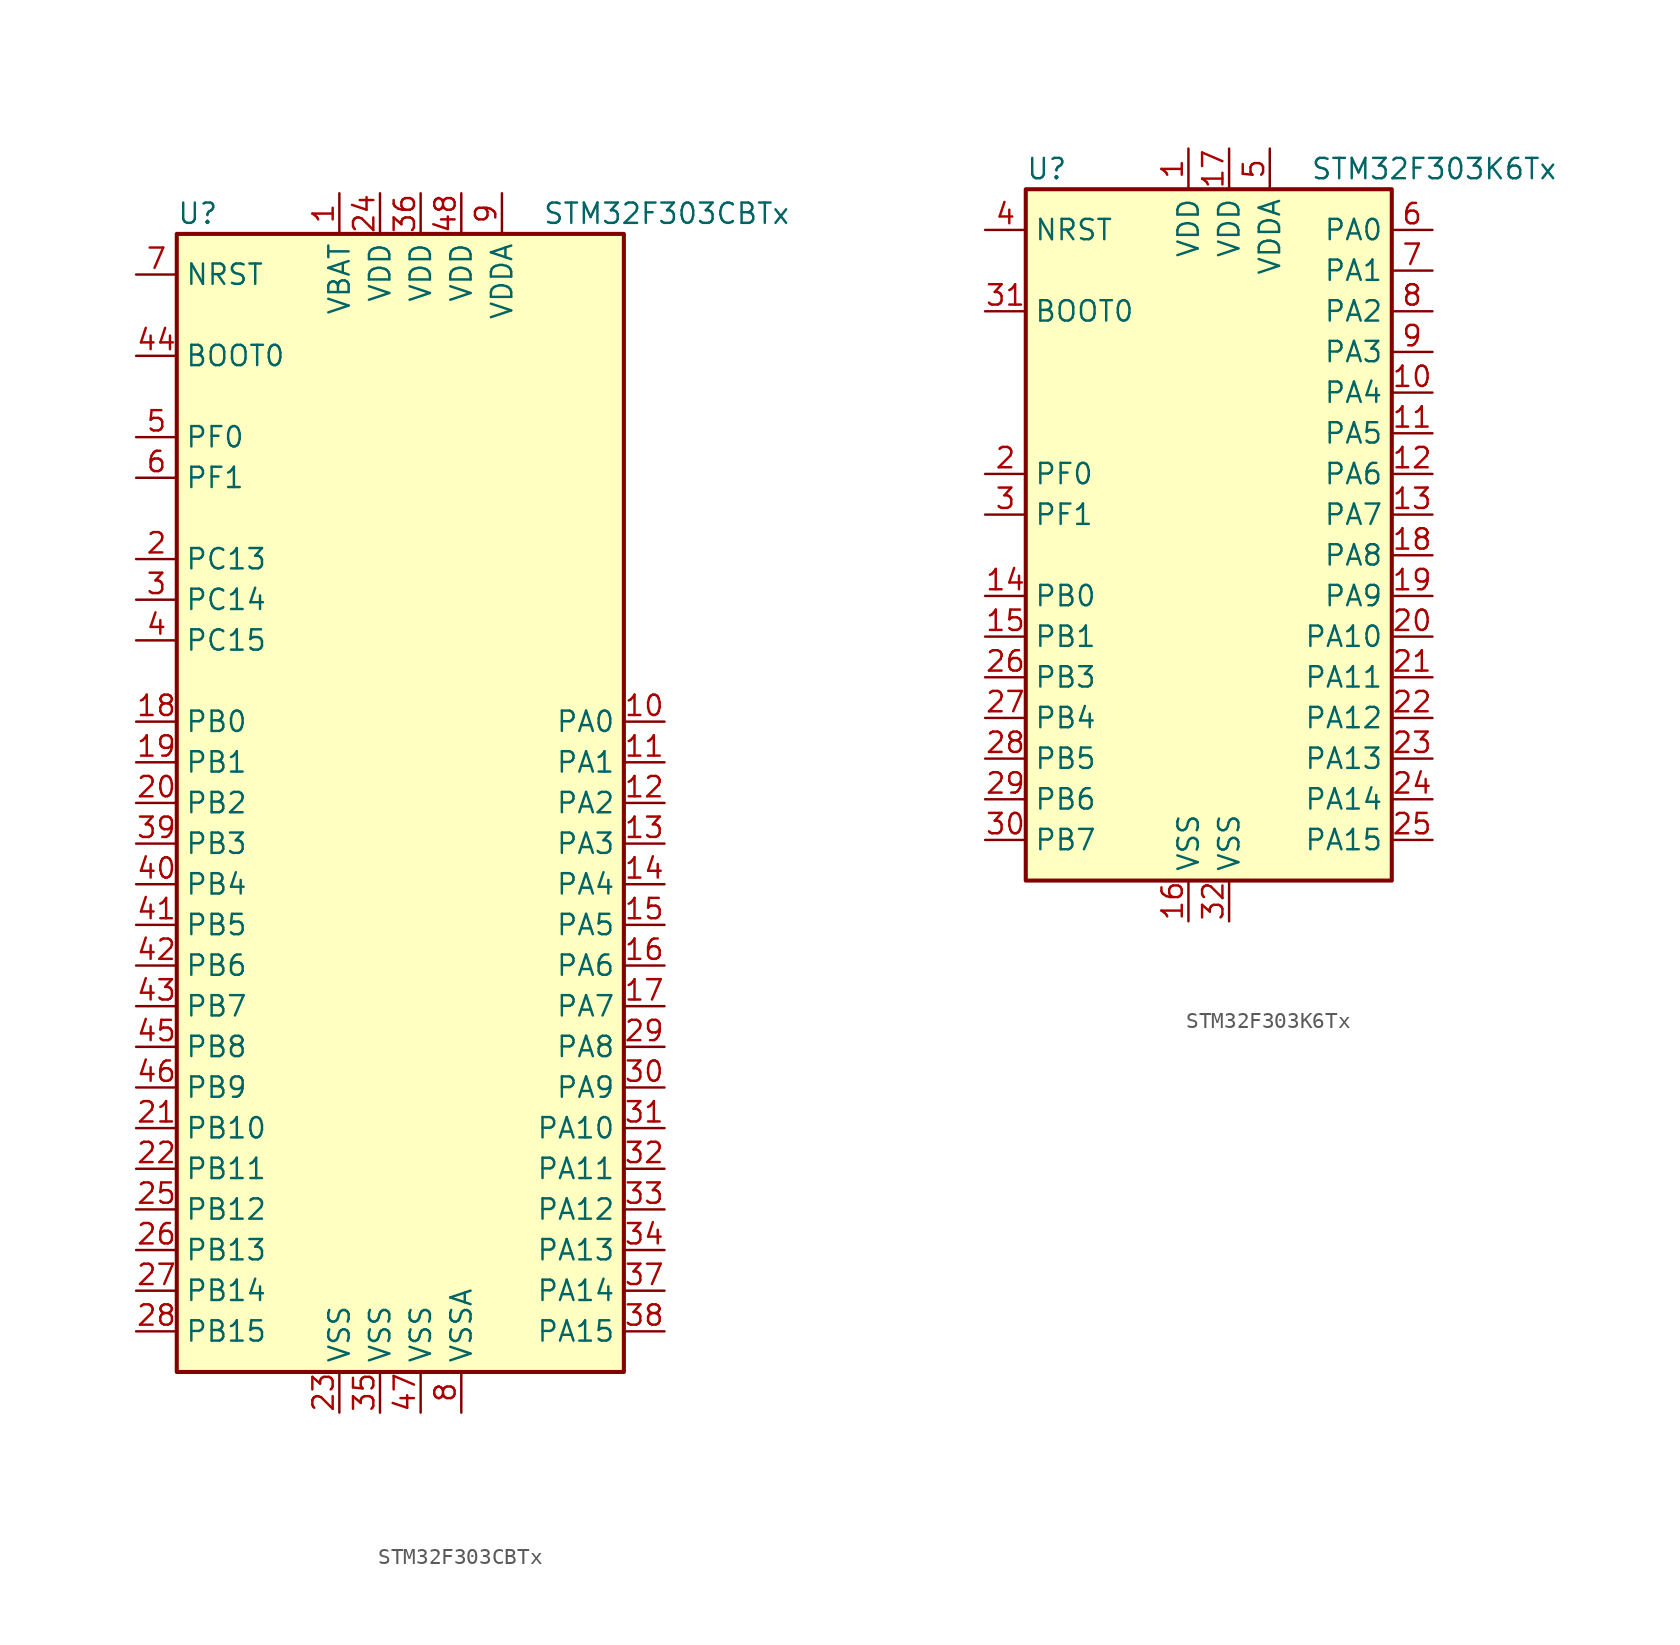
<source format=kicad_sym>
(kicad_symbol_lib
  (version 20211014)
  (generator kicad_symbol_editor)
  (symbol "STM32F303CBTx"
    (property "Reference" "U"
      (at -15.24 36.83 0)
      (effects (font (size 1.27 1.27)) (justify left)))
    (property "Value" "STM32F303CBTx"
      (at 7.62 36.83 0)
      (effects (font (size 1.27 1.27)) (justify left)))
    (symbol "STM32F303CBTx_0_1"
      (rectangle (start -15.24 -35.56) (end 12.7 35.56) (stroke (width 0.254) (type default) (color 0 0 0 0)) (fill (type background))))
    (symbol "STM32F303CBTx_1_1"
      (pin power_in line (at -5.08 38.1 270) (length 2.54) (name "VBAT" (effects (font (size 1.27 1.27)))) (number "1" (effects (font (size 1.27 1.27)))))
      (pin bidirectional line (at 15.24 5.08 180) (length 2.54) (name "PA0" (effects (font (size 1.27 1.27)))) (number "10" (effects (font (size 1.27 1.27)))))
      (pin bidirectional line (at 15.24 2.54 180) (length 2.54) (name "PA1" (effects (font (size 1.27 1.27)))) (number "11" (effects (font (size 1.27 1.27)))))
      (pin bidirectional line (at 15.24 0 180) (length 2.54) (name "PA2" (effects (font (size 1.27 1.27)))) (number "12" (effects (font (size 1.27 1.27)))))
      (pin bidirectional line (at 15.24 -2.54 180) (length 2.54) (name "PA3" (effects (font (size 1.27 1.27)))) (number "13" (effects (font (size 1.27 1.27)))))
      (pin bidirectional line (at 15.24 -5.08 180) (length 2.54) (name "PA4" (effects (font (size 1.27 1.27)))) (number "14" (effects (font (size 1.27 1.27)))))
      (pin bidirectional line (at 15.24 -7.62 180) (length 2.54) (name "PA5" (effects (font (size 1.27 1.27)))) (number "15" (effects (font (size 1.27 1.27)))))
      (pin bidirectional line (at 15.24 -10.16 180) (length 2.54) (name "PA6" (effects (font (size 1.27 1.27)))) (number "16" (effects (font (size 1.27 1.27)))))
      (pin bidirectional line (at 15.24 -12.7 180) (length 2.54) (name "PA7" (effects (font (size 1.27 1.27)))) (number "17" (effects (font (size 1.27 1.27)))))
      (pin bidirectional line (at -17.78 5.08 0) (length 2.54) (name "PB0" (effects (font (size 1.27 1.27)))) (number "18" (effects (font (size 1.27 1.27)))))
      (pin bidirectional line (at -17.78 2.54 0) (length 2.54) (name "PB1" (effects (font (size 1.27 1.27)))) (number "19" (effects (font (size 1.27 1.27)))))
      (pin bidirectional line (at -17.78 15.24 0) (length 2.54) (name "PC13" (effects (font (size 1.27 1.27)))) (number "2" (effects (font (size 1.27 1.27)))))
      (pin bidirectional line (at -17.78 0 0) (length 2.54) (name "PB2" (effects (font (size 1.27 1.27)))) (number "20" (effects (font (size 1.27 1.27)))))
      (pin bidirectional line (at -17.78 -20.32 0) (length 2.54) (name "PB10" (effects (font (size 1.27 1.27)))) (number "21" (effects (font (size 1.27 1.27)))))
      (pin bidirectional line (at -17.78 -22.86 0) (length 2.54) (name "PB11" (effects (font (size 1.27 1.27)))) (number "22" (effects (font (size 1.27 1.27)))))
      (pin power_in line (at -5.08 -38.1 90) (length 2.54) (name "VSS" (effects (font (size 1.27 1.27)))) (number "23" (effects (font (size 1.27 1.27)))))
      (pin power_in line (at -2.54 38.1 270) (length 2.54) (name "VDD" (effects (font (size 1.27 1.27)))) (number "24" (effects (font (size 1.27 1.27)))))
      (pin bidirectional line (at -17.78 -25.4 0) (length 2.54) (name "PB12" (effects (font (size 1.27 1.27)))) (number "25" (effects (font (size 1.27 1.27)))))
      (pin bidirectional line (at -17.78 -27.94 0) (length 2.54) (name "PB13" (effects (font (size 1.27 1.27)))) (number "26" (effects (font (size 1.27 1.27)))))
      (pin bidirectional line (at -17.78 -30.48 0) (length 2.54) (name "PB14" (effects (font (size 1.27 1.27)))) (number "27" (effects (font (size 1.27 1.27)))))
      (pin bidirectional line (at -17.78 -33.02 0) (length 2.54) (name "PB15" (effects (font (size 1.27 1.27)))) (number "28" (effects (font (size 1.27 1.27)))))
      (pin bidirectional line (at 15.24 -15.24 180) (length 2.54) (name "PA8" (effects (font (size 1.27 1.27)))) (number "29" (effects (font (size 1.27 1.27)))))
      (pin bidirectional line (at -17.78 12.7 0) (length 2.54) (name "PC14" (effects (font (size 1.27 1.27)))) (number "3" (effects (font (size 1.27 1.27)))))
      (pin bidirectional line (at 15.24 -17.78 180) (length 2.54) (name "PA9" (effects (font (size 1.27 1.27)))) (number "30" (effects (font (size 1.27 1.27)))))
      (pin bidirectional line (at 15.24 -20.32 180) (length 2.54) (name "PA10" (effects (font (size 1.27 1.27)))) (number "31" (effects (font (size 1.27 1.27)))))
      (pin bidirectional line (at 15.24 -22.86 180) (length 2.54) (name "PA11" (effects (font (size 1.27 1.27)))) (number "32" (effects (font (size 1.27 1.27)))))
      (pin bidirectional line (at 15.24 -25.4 180) (length 2.54) (name "PA12" (effects (font (size 1.27 1.27)))) (number "33" (effects (font (size 1.27 1.27)))))
      (pin bidirectional line (at 15.24 -27.94 180) (length 2.54) (name "PA13" (effects (font (size 1.27 1.27)))) (number "34" (effects (font (size 1.27 1.27)))))
      (pin power_in line (at -2.54 -38.1 90) (length 2.54) (name "VSS" (effects (font (size 1.27 1.27)))) (number "35" (effects (font (size 1.27 1.27)))))
      (pin power_in line (at 0 38.1 270) (length 2.54) (name "VDD" (effects (font (size 1.27 1.27)))) (number "36" (effects (font (size 1.27 1.27)))))
      (pin bidirectional line (at 15.24 -30.48 180) (length 2.54) (name "PA14" (effects (font (size 1.27 1.27)))) (number "37" (effects (font (size 1.27 1.27)))))
      (pin bidirectional line (at 15.24 -33.02 180) (length 2.54) (name "PA15" (effects (font (size 1.27 1.27)))) (number "38" (effects (font (size 1.27 1.27)))))
      (pin bidirectional line (at -17.78 -2.54 0) (length 2.54) (name "PB3" (effects (font (size 1.27 1.27)))) (number "39" (effects (font (size 1.27 1.27)))))
      (pin bidirectional line (at -17.78 10.16 0) (length 2.54) (name "PC15" (effects (font (size 1.27 1.27)))) (number "4" (effects (font (size 1.27 1.27)))))
      (pin bidirectional line (at -17.78 -5.08 0) (length 2.54) (name "PB4" (effects (font (size 1.27 1.27)))) (number "40" (effects (font (size 1.27 1.27)))))
      (pin bidirectional line (at -17.78 -7.62 0) (length 2.54) (name "PB5" (effects (font (size 1.27 1.27)))) (number "41" (effects (font (size 1.27 1.27)))))
      (pin bidirectional line (at -17.78 -10.16 0) (length 2.54) (name "PB6" (effects (font (size 1.27 1.27)))) (number "42" (effects (font (size 1.27 1.27)))))
      (pin bidirectional line (at -17.78 -12.7 0) (length 2.54) (name "PB7" (effects (font (size 1.27 1.27)))) (number "43" (effects (font (size 1.27 1.27)))))
      (pin input line (at -17.78 27.94 0) (length 2.54) (name "BOOT0" (effects (font (size 1.27 1.27)))) (number "44" (effects (font (size 1.27 1.27)))))
      (pin bidirectional line (at -17.78 -15.24 0) (length 2.54) (name "PB8" (effects (font (size 1.27 1.27)))) (number "45" (effects (font (size 1.27 1.27)))))
      (pin bidirectional line (at -17.78 -17.78 0) (length 2.54) (name "PB9" (effects (font (size 1.27 1.27)))) (number "46" (effects (font (size 1.27 1.27)))))
      (pin power_in line (at 0 -38.1 90) (length 2.54) (name "VSS" (effects (font (size 1.27 1.27)))) (number "47" (effects (font (size 1.27 1.27)))))
      (pin power_in line (at 2.54 38.1 270) (length 2.54) (name "VDD" (effects (font (size 1.27 1.27)))) (number "48" (effects (font (size 1.27 1.27)))))
      (pin input line (at -17.78 22.86 0) (length 2.54) (name "PF0" (effects (font (size 1.27 1.27)))) (number "5" (effects (font (size 1.27 1.27)))))
      (pin input line (at -17.78 20.32 0) (length 2.54) (name "PF1" (effects (font (size 1.27 1.27)))) (number "6" (effects (font (size 1.27 1.27)))))
      (pin input line (at -17.78 33.02 0) (length 2.54) (name "NRST" (effects (font (size 1.27 1.27)))) (number "7" (effects (font (size 1.27 1.27)))))
      (pin power_in line (at 2.54 -38.1 90) (length 2.54) (name "VSSA" (effects (font (size 1.27 1.27)))) (number "8" (effects (font (size 1.27 1.27)))))
      (pin power_in line (at 5.08 38.1 270) (length 2.54) (name "VDDA" (effects (font (size 1.27 1.27)))) (number "9" (effects (font (size 1.27 1.27)))))))
  (symbol "STM32F303K6Tx"
    (property "Reference" "U"
      (at -12.7 21.59 0)
      (effects (font (size 1.27 1.27)) (justify left)))
    (property "Value" "STM32F303K6Tx"
      (at 5.08 21.59 0)
      (effects (font (size 1.27 1.27)) (justify left)))
    (symbol "STM32F303K6Tx_0_1"
      (rectangle (start -12.7 -22.86) (end 10.16 20.32) (stroke (width 0.254) (type default) (color 0 0 0 0)) (fill (type background))))
    (symbol "STM32F303K6Tx_1_1"
      (pin power_in line (at -2.54 22.86 270) (length 2.54) (name "VDD" (effects (font (size 1.27 1.27)))) (number "1" (effects (font (size 1.27 1.27)))))
      (pin bidirectional line (at 12.7 7.62 180) (length 2.54) (name "PA4" (effects (font (size 1.27 1.27)))) (number "10" (effects (font (size 1.27 1.27)))))
      (pin bidirectional line (at 12.7 5.08 180) (length 2.54) (name "PA5" (effects (font (size 1.27 1.27)))) (number "11" (effects (font (size 1.27 1.27)))))
      (pin bidirectional line (at 12.7 2.54 180) (length 2.54) (name "PA6" (effects (font (size 1.27 1.27)))) (number "12" (effects (font (size 1.27 1.27)))))
      (pin bidirectional line (at 12.7 0 180) (length 2.54) (name "PA7" (effects (font (size 1.27 1.27)))) (number "13" (effects (font (size 1.27 1.27)))))
      (pin bidirectional line (at -15.24 -5.08 0) (length 2.54) (name "PB0" (effects (font (size 1.27 1.27)))) (number "14" (effects (font (size 1.27 1.27)))))
      (pin bidirectional line (at -15.24 -7.62 0) (length 2.54) (name "PB1" (effects (font (size 1.27 1.27)))) (number "15" (effects (font (size 1.27 1.27)))))
      (pin power_in line (at -2.54 -25.4 90) (length 2.54) (name "VSS" (effects (font (size 1.27 1.27)))) (number "16" (effects (font (size 1.27 1.27)))))
      (pin power_in line (at 0 22.86 270) (length 2.54) (name "VDD" (effects (font (size 1.27 1.27)))) (number "17" (effects (font (size 1.27 1.27)))))
      (pin bidirectional line (at 12.7 -2.54 180) (length 2.54) (name "PA8" (effects (font (size 1.27 1.27)))) (number "18" (effects (font (size 1.27 1.27)))))
      (pin bidirectional line (at 12.7 -5.08 180) (length 2.54) (name "PA9" (effects (font (size 1.27 1.27)))) (number "19" (effects (font (size 1.27 1.27)))))
      (pin input line (at -15.24 2.54 0) (length 2.54) (name "PF0" (effects (font (size 1.27 1.27)))) (number "2" (effects (font (size 1.27 1.27)))))
      (pin bidirectional line (at 12.7 -7.62 180) (length 2.54) (name "PA10" (effects (font (size 1.27 1.27)))) (number "20" (effects (font (size 1.27 1.27)))))
      (pin bidirectional line (at 12.7 -10.16 180) (length 2.54) (name "PA11" (effects (font (size 1.27 1.27)))) (number "21" (effects (font (size 1.27 1.27)))))
      (pin bidirectional line (at 12.7 -12.7 180) (length 2.54) (name "PA12" (effects (font (size 1.27 1.27)))) (number "22" (effects (font (size 1.27 1.27)))))
      (pin bidirectional line (at 12.7 -15.24 180) (length 2.54) (name "PA13" (effects (font (size 1.27 1.27)))) (number "23" (effects (font (size 1.27 1.27)))))
      (pin bidirectional line (at 12.7 -17.78 180) (length 2.54) (name "PA14" (effects (font (size 1.27 1.27)))) (number "24" (effects (font (size 1.27 1.27)))))
      (pin bidirectional line (at 12.7 -20.32 180) (length 2.54) (name "PA15" (effects (font (size 1.27 1.27)))) (number "25" (effects (font (size 1.27 1.27)))))
      (pin bidirectional line (at -15.24 -10.16 0) (length 2.54) (name "PB3" (effects (font (size 1.27 1.27)))) (number "26" (effects (font (size 1.27 1.27)))))
      (pin bidirectional line (at -15.24 -12.7 0) (length 2.54) (name "PB4" (effects (font (size 1.27 1.27)))) (number "27" (effects (font (size 1.27 1.27)))))
      (pin bidirectional line (at -15.24 -15.24 0) (length 2.54) (name "PB5" (effects (font (size 1.27 1.27)))) (number "28" (effects (font (size 1.27 1.27)))))
      (pin bidirectional line (at -15.24 -17.78 0) (length 2.54) (name "PB6" (effects (font (size 1.27 1.27)))) (number "29" (effects (font (size 1.27 1.27)))))
      (pin input line (at -15.24 0 0) (length 2.54) (name "PF1" (effects (font (size 1.27 1.27)))) (number "3" (effects (font (size 1.27 1.27)))))
      (pin bidirectional line (at -15.24 -20.32 0) (length 2.54) (name "PB7" (effects (font (size 1.27 1.27)))) (number "30" (effects (font (size 1.27 1.27)))))
      (pin input line (at -15.24 12.7 0) (length 2.54) (name "BOOT0" (effects (font (size 1.27 1.27)))) (number "31" (effects (font (size 1.27 1.27)))))
      (pin power_in line (at 0 -25.4 90) (length 2.54) (name "VSS" (effects (font (size 1.27 1.27)))) (number "32" (effects (font (size 1.27 1.27)))))
      (pin input line (at -15.24 17.78 0) (length 2.54) (name "NRST" (effects (font (size 1.27 1.27)))) (number "4" (effects (font (size 1.27 1.27)))))
      (pin power_in line (at 2.54 22.86 270) (length 2.54) (name "VDDA" (effects (font (size 1.27 1.27)))) (number "5" (effects (font (size 1.27 1.27)))))
      (pin bidirectional line (at 12.7 17.78 180) (length 2.54) (name "PA0" (effects (font (size 1.27 1.27)))) (number "6" (effects (font (size 1.27 1.27)))))
      (pin bidirectional line (at 12.7 15.24 180) (length 2.54) (name "PA1" (effects (font (size 1.27 1.27)))) (number "7" (effects (font (size 1.27 1.27)))))
      (pin bidirectional line (at 12.7 12.7 180) (length 2.54) (name "PA2" (effects (font (size 1.27 1.27)))) (number "8" (effects (font (size 1.27 1.27)))))
      (pin bidirectional line (at 12.7 10.16 180) (length 2.54) (name "PA3" (effects (font (size 1.27 1.27)))) (number "9" (effects (font (size 1.27 1.27))))))))
</source>
